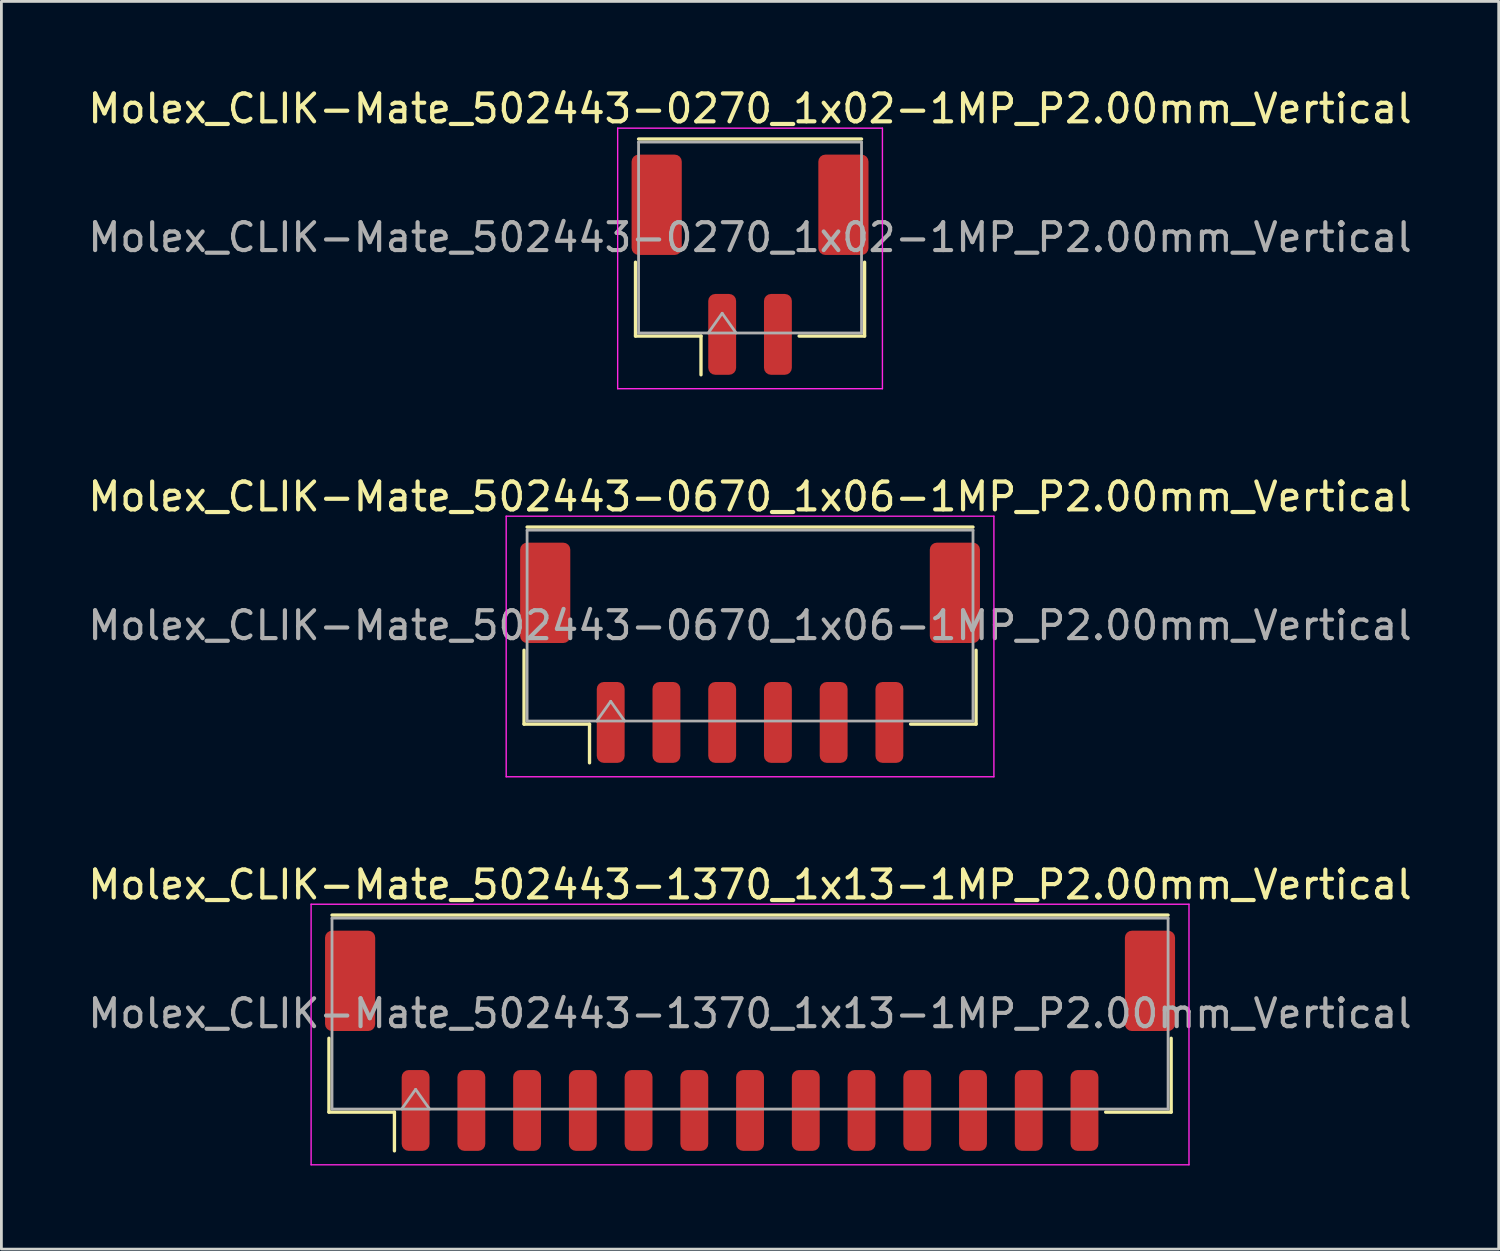
<source format=kicad_pcb>
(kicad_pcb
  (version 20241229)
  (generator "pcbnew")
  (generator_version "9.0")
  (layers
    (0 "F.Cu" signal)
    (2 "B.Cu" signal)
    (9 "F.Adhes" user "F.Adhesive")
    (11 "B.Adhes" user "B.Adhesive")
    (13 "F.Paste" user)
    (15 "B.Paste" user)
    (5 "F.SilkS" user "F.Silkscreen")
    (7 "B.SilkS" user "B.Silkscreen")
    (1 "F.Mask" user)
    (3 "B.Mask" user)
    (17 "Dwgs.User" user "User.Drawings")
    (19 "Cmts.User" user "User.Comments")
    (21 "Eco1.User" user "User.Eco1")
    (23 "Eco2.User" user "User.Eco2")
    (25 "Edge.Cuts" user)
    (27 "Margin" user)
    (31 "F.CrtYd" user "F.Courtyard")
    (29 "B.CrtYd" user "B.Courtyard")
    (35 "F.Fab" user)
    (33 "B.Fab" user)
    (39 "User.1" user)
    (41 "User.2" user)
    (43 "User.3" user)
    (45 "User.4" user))
  (footprint "Molex_CLIK-Mate_502443-1370_1x13-1MP_P2.00mm_Vertical"
    (layer "F.Cu")
    (at 23.863 34.295)
    (property "Reference" "Molex_CLIK-Mate_502443-1370_1x13-1MP_P2.00mm_Vertical" (at 0 -5.6 0) (layer "F.SilkS") (effects (font (size 1 1) (thickness 0.15))))
    (attr smd)
    (fp_line (start -15.11 -0.09) (end -15.11 2.56) (stroke (width 0.12) (type solid)) (layer "F.SilkS"))
    (fp_line (start -15.11 2.56) (end -12.76 2.56) (stroke (width 0.12) (type solid)) (layer "F.SilkS"))
    (fp_line (start -15 -4.51) (end 15 -4.51) (stroke (width 0.12) (type solid)) (layer "F.SilkS"))
    (fp_line (start -12.76 2.56) (end -12.76 3.95) (stroke (width 0.12) (type solid)) (layer "F.SilkS"))
    (fp_line (start 15.11 -0.09) (end 15.11 2.56) (stroke (width 0.12) (type solid)) (layer "F.SilkS"))
    (fp_line (start 15.11 2.56) (end 12.76 2.56) (stroke (width 0.12) (type solid)) (layer "F.SilkS"))
    (fp_line (start -15.75 -4.9) (end -15.75 4.45) (stroke (width 0.05) (type solid)) (layer "F.CrtYd"))
    (fp_line (start -15.75 4.45) (end 15.75 4.45) (stroke (width 0.05) (type solid)) (layer "F.CrtYd"))
    (fp_line (start 15.75 -4.9) (end -15.75 -4.9) (stroke (width 0.05) (type solid)) (layer "F.CrtYd"))
    (fp_line (start 15.75 4.45) (end 15.75 -4.9) (stroke (width 0.05) (type solid)) (layer "F.CrtYd"))
    (fp_line (start -15 -4.4) (end 15 -4.4) (stroke (width 0.1) (type solid)) (layer "F.Fab"))
    (fp_line (start -15 2.45) (end -15 -4.4) (stroke (width 0.1) (type solid)) (layer "F.Fab"))
    (fp_line (start -15 2.45) (end 15 2.45) (stroke (width 0.1) (type solid)) (layer "F.Fab"))
    (fp_line (start -12.5 2.45) (end -12 1.743) (stroke (width 0.1) (type solid)) (layer "F.Fab"))
    (fp_line (start -12 1.743) (end -11.5 2.45) (stroke (width 0.1) (type solid)) (layer "F.Fab"))
    (fp_line (start 15 2.45) (end 15 -4.4) (stroke (width 0.1) (type solid)) (layer "F.Fab"))
    (fp_text user "${REFERENCE}" (at 0 -0.98 0) (layer "F.Fab") (effects (font (size 1 1) (thickness 0.15))))
    (pad "1" smd roundrect (at -12 2.5) (size 1 2.9) (layers "F.Cu" "F.Mask" "F.Paste") (roundrect_rratio 0.25))
    (pad "2" smd roundrect (at -10 2.5) (size 1 2.9) (layers "F.Cu" "F.Mask" "F.Paste") (roundrect_rratio 0.25))
    (pad "3" smd roundrect (at -8 2.5) (size 1 2.9) (layers "F.Cu" "F.Mask" "F.Paste") (roundrect_rratio 0.25))
    (pad "4" smd roundrect (at -6 2.5) (size 1 2.9) (layers "F.Cu" "F.Mask" "F.Paste") (roundrect_rratio 0.25))
    (pad "5" smd roundrect (at -4 2.5) (size 1 2.9) (layers "F.Cu" "F.Mask" "F.Paste") (roundrect_rratio 0.25))
    (pad "6" smd roundrect (at -2 2.5) (size 1 2.9) (layers "F.Cu" "F.Mask" "F.Paste") (roundrect_rratio 0.25))
    (pad "7" smd roundrect (at 0 2.5) (size 1 2.9) (layers "F.Cu" "F.Mask" "F.Paste") (roundrect_rratio 0.25))
    (pad "8" smd roundrect (at 2 2.5) (size 1 2.9) (layers "F.Cu" "F.Mask" "F.Paste") (roundrect_rratio 0.25))
    (pad "9" smd roundrect (at 4 2.5) (size 1 2.9) (layers "F.Cu" "F.Mask" "F.Paste") (roundrect_rratio 0.25))
    (pad "10" smd roundrect (at 6 2.5) (size 1 2.9) (layers "F.Cu" "F.Mask" "F.Paste") (roundrect_rratio 0.25))
    (pad "11" smd roundrect (at 8 2.5) (size 1 2.9) (layers "F.Cu" "F.Mask" "F.Paste") (roundrect_rratio 0.25))
    (pad "12" smd roundrect (at 10 2.5) (size 1 2.9) (layers "F.Cu" "F.Mask" "F.Paste") (roundrect_rratio 0.25))
    (pad "13" smd roundrect (at 12 2.5) (size 1 2.9) (layers "F.Cu" "F.Mask" "F.Paste") (roundrect_rratio 0.25))
    (pad "MP" smd roundrect (at -14.35 -2.15) (size 1.8 3.6) (layers "F.Cu" "F.Mask" "F.Paste") (roundrect_rratio 0.139))
    (pad "MP" smd roundrect (at 14.35 -2.15) (size 1.8 3.6) (layers "F.Cu" "F.Mask" "F.Paste") (roundrect_rratio 0.139)))
  (footprint "Molex_CLIK-Mate_502443-0670_1x06-1MP_P2.00mm_Vertical"
    (layer "F.Cu")
    (at 23.863 20.372)
    (property "Reference" "Molex_CLIK-Mate_502443-0670_1x06-1MP_P2.00mm_Vertical" (at 0 -5.6 0) (layer "F.SilkS") (effects (font (size 1 1) (thickness 0.15))))
    (attr smd)
    (fp_line (start -8.11 -0.09) (end -8.11 2.56) (stroke (width 0.12) (type solid)) (layer "F.SilkS"))
    (fp_line (start -8.11 2.56) (end -5.76 2.56) (stroke (width 0.12) (type solid)) (layer "F.SilkS"))
    (fp_line (start -8 -4.51) (end 8 -4.51) (stroke (width 0.12) (type solid)) (layer "F.SilkS"))
    (fp_line (start -5.76 2.56) (end -5.76 3.95) (stroke (width 0.12) (type solid)) (layer "F.SilkS"))
    (fp_line (start 8.11 -0.09) (end 8.11 2.56) (stroke (width 0.12) (type solid)) (layer "F.SilkS"))
    (fp_line (start 8.11 2.56) (end 5.76 2.56) (stroke (width 0.12) (type solid)) (layer "F.SilkS"))
    (fp_line (start -8.75 -4.9) (end -8.75 4.45) (stroke (width 0.05) (type solid)) (layer "F.CrtYd"))
    (fp_line (start -8.75 4.45) (end 8.75 4.45) (stroke (width 0.05) (type solid)) (layer "F.CrtYd"))
    (fp_line (start 8.75 -4.9) (end -8.75 -4.9) (stroke (width 0.05) (type solid)) (layer "F.CrtYd"))
    (fp_line (start 8.75 4.45) (end 8.75 -4.9) (stroke (width 0.05) (type solid)) (layer "F.CrtYd"))
    (fp_line (start -8 -4.4) (end 8 -4.4) (stroke (width 0.1) (type solid)) (layer "F.Fab"))
    (fp_line (start -8 2.45) (end -8 -4.4) (stroke (width 0.1) (type solid)) (layer "F.Fab"))
    (fp_line (start -8 2.45) (end 8 2.45) (stroke (width 0.1) (type solid)) (layer "F.Fab"))
    (fp_line (start -5.5 2.45) (end -5 1.743) (stroke (width 0.1) (type solid)) (layer "F.Fab"))
    (fp_line (start -5 1.743) (end -4.5 2.45) (stroke (width 0.1) (type solid)) (layer "F.Fab"))
    (fp_line (start 8 2.45) (end 8 -4.4) (stroke (width 0.1) (type solid)) (layer "F.Fab"))
    (fp_text user "${REFERENCE}" (at 0 -0.98 0) (layer "F.Fab") (effects (font (size 1 1) (thickness 0.15))))
    (pad "1" smd roundrect (at -5 2.5) (size 1 2.9) (layers "F.Cu" "F.Mask" "F.Paste") (roundrect_rratio 0.25))
    (pad "2" smd roundrect (at -3 2.5) (size 1 2.9) (layers "F.Cu" "F.Mask" "F.Paste") (roundrect_rratio 0.25))
    (pad "3" smd roundrect (at -1 2.5) (size 1 2.9) (layers "F.Cu" "F.Mask" "F.Paste") (roundrect_rratio 0.25))
    (pad "4" smd roundrect (at 1 2.5) (size 1 2.9) (layers "F.Cu" "F.Mask" "F.Paste") (roundrect_rratio 0.25))
    (pad "5" smd roundrect (at 3 2.5) (size 1 2.9) (layers "F.Cu" "F.Mask" "F.Paste") (roundrect_rratio 0.25))
    (pad "6" smd roundrect (at 5 2.5) (size 1 2.9) (layers "F.Cu" "F.Mask" "F.Paste") (roundrect_rratio 0.25))
    (pad "MP" smd roundrect (at -7.35 -2.15) (size 1.8 3.6) (layers "F.Cu" "F.Mask" "F.Paste") (roundrect_rratio 0.139))
    (pad "MP" smd roundrect (at 7.35 -2.15) (size 1.8 3.6) (layers "F.Cu" "F.Mask" "F.Paste") (roundrect_rratio 0.139)))
  (footprint "Molex_CLIK-Mate_502443-0270_1x02-1MP_P2.00mm_Vertical"
    (layer "F.Cu")
    (at 23.863 6.448)
    (property "Reference" "Molex_CLIK-Mate_502443-0270_1x02-1MP_P2.00mm_Vertical" (at 0 -5.6 0) (layer "F.SilkS") (effects (font (size 1 1) (thickness 0.15))))
    (attr smd)
    (fp_line (start -4.11 -0.09) (end -4.11 2.56) (stroke (width 0.12) (type solid)) (layer "F.SilkS"))
    (fp_line (start -4.11 2.56) (end -1.76 2.56) (stroke (width 0.12) (type solid)) (layer "F.SilkS"))
    (fp_line (start -4 -4.51) (end 4 -4.51) (stroke (width 0.12) (type solid)) (layer "F.SilkS"))
    (fp_line (start -1.76 2.56) (end -1.76 3.95) (stroke (width 0.12) (type solid)) (layer "F.SilkS"))
    (fp_line (start 4.11 -0.09) (end 4.11 2.56) (stroke (width 0.12) (type solid)) (layer "F.SilkS"))
    (fp_line (start 4.11 2.56) (end 1.76 2.56) (stroke (width 0.12) (type solid)) (layer "F.SilkS"))
    (fp_line (start -4.75 -4.9) (end -4.75 4.45) (stroke (width 0.05) (type solid)) (layer "F.CrtYd"))
    (fp_line (start -4.75 4.45) (end 4.75 4.45) (stroke (width 0.05) (type solid)) (layer "F.CrtYd"))
    (fp_line (start 4.75 -4.9) (end -4.75 -4.9) (stroke (width 0.05) (type solid)) (layer "F.CrtYd"))
    (fp_line (start 4.75 4.45) (end 4.75 -4.9) (stroke (width 0.05) (type solid)) (layer "F.CrtYd"))
    (fp_line (start -4 -4.4) (end 4 -4.4) (stroke (width 0.1) (type solid)) (layer "F.Fab"))
    (fp_line (start -4 2.45) (end -4 -4.4) (stroke (width 0.1) (type solid)) (layer "F.Fab"))
    (fp_line (start -4 2.45) (end 4 2.45) (stroke (width 0.1) (type solid)) (layer "F.Fab"))
    (fp_line (start -1.5 2.45) (end -1 1.743) (stroke (width 0.1) (type solid)) (layer "F.Fab"))
    (fp_line (start -1 1.743) (end -0.5 2.45) (stroke (width 0.1) (type solid)) (layer "F.Fab"))
    (fp_line (start 4 2.45) (end 4 -4.4) (stroke (width 0.1) (type solid)) (layer "F.Fab"))
    (fp_text user "${REFERENCE}" (at 0 -0.98 0) (layer "F.Fab") (effects (font (size 1 1) (thickness 0.15))))
    (pad "1" smd roundrect (at -1 2.5) (size 1 2.9) (layers "F.Cu" "F.Mask" "F.Paste") (roundrect_rratio 0.25))
    (pad "2" smd roundrect (at 1 2.5) (size 1 2.9) (layers "F.Cu" "F.Mask" "F.Paste") (roundrect_rratio 0.25))
    (pad "MP" smd roundrect (at -3.35 -2.15) (size 1.8 3.6) (layers "F.Cu" "F.Mask" "F.Paste") (roundrect_rratio 0.139))
    (pad "MP" smd roundrect (at 3.35 -2.15) (size 1.8 3.6) (layers "F.Cu" "F.Mask" "F.Paste") (roundrect_rratio 0.139)))
  (gr_rect
    (start -3 -3)
    (end 50.726 41.77)
    (stroke (width 0.1) (type default))
    (fill no)
    (layer "Edge.Cuts")))
</source>
